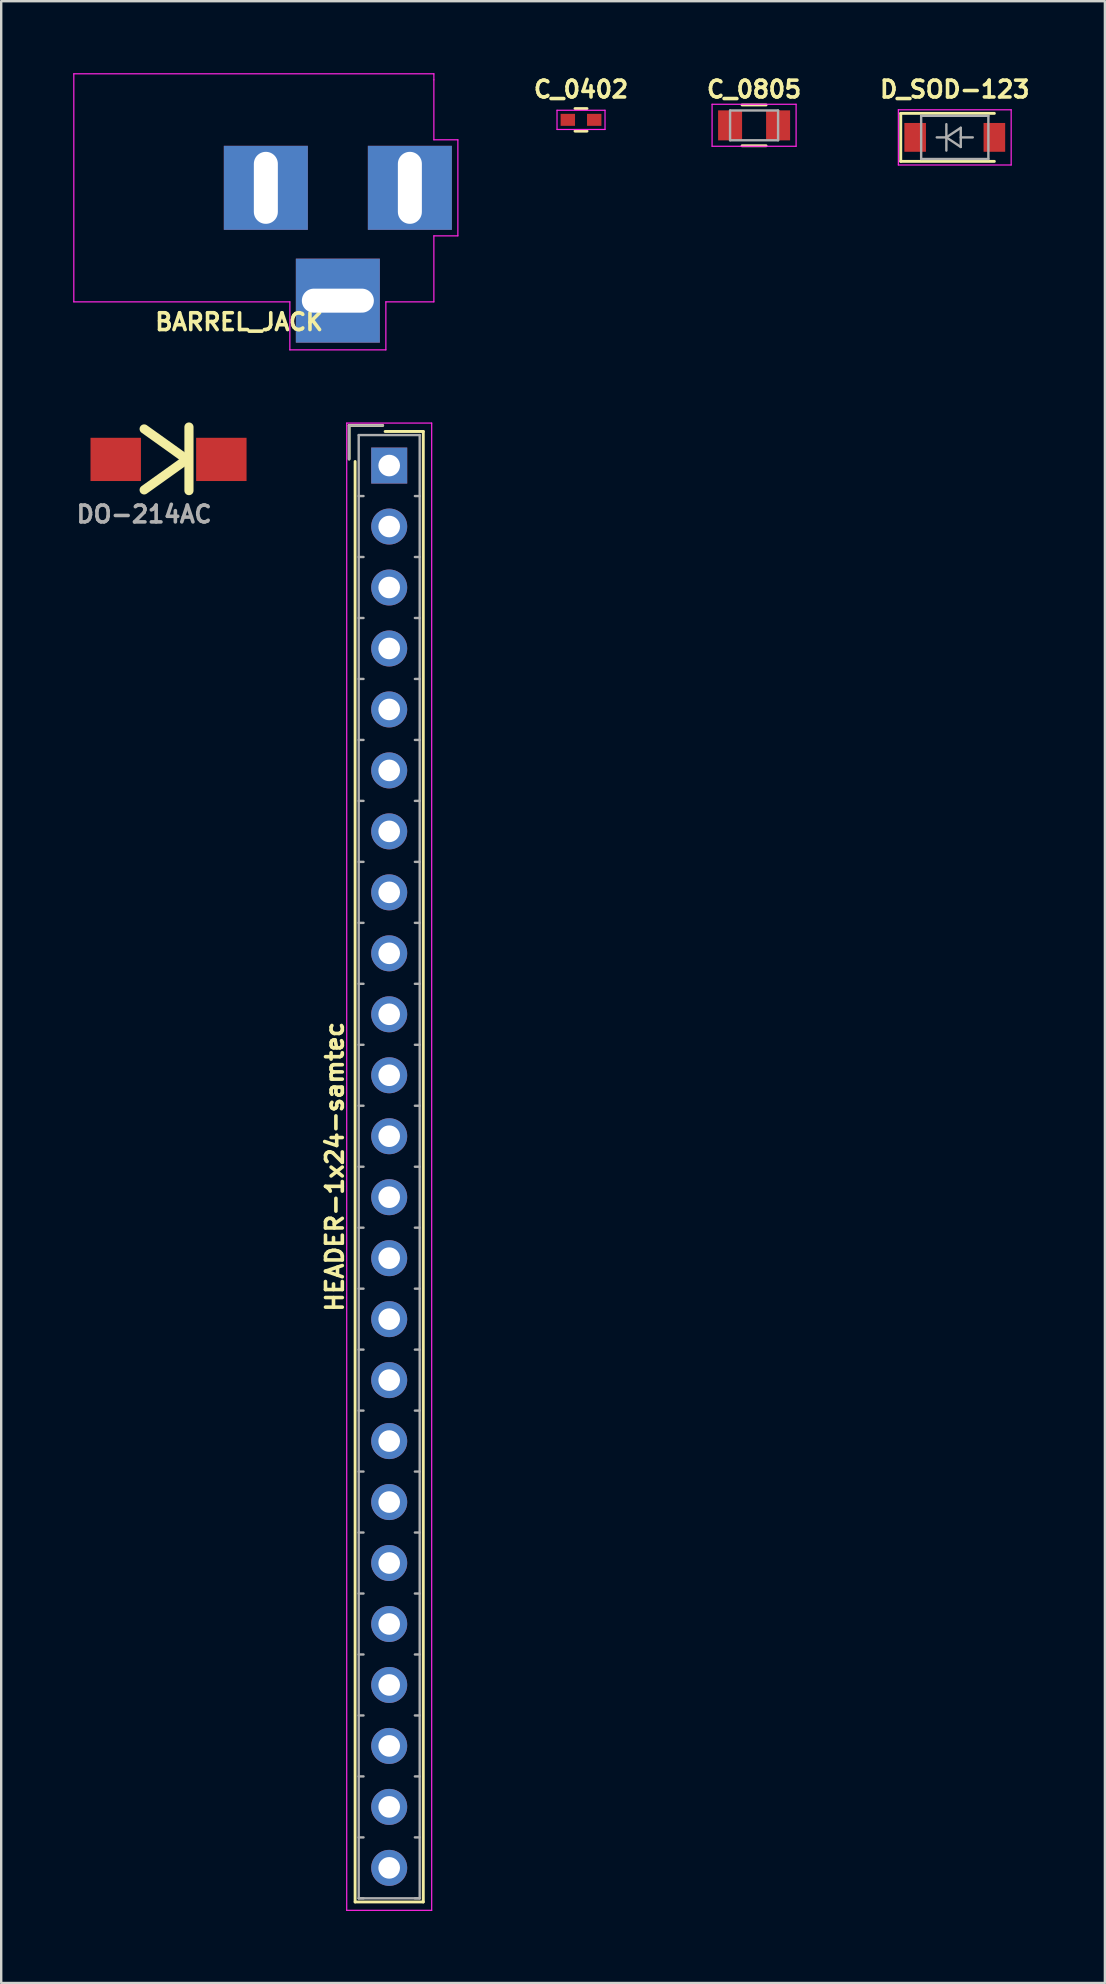
<source format=kicad_pcb>
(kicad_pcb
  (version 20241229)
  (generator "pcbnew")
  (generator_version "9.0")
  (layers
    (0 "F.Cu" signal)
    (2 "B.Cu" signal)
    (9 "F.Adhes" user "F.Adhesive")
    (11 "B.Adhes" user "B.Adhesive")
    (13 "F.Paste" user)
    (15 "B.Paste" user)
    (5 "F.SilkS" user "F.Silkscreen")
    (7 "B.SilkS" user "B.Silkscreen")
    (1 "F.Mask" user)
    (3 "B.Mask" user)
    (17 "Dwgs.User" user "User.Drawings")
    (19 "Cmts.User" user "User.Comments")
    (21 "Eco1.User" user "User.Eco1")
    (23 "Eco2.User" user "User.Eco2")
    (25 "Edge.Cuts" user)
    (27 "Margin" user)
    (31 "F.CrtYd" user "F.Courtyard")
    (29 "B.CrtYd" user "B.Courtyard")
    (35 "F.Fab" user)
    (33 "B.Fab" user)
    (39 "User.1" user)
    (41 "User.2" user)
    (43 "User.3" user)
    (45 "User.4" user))
  (footprint "D_SOD-123"
    (layer "F.Cu")
    (at 36.725 2.673)
    (property "Reference" "D_SOD-123" (at 0 -2 0) (layer "F.SilkS") (effects (font (size 0.7 0.7) (thickness 0.15))))
    (attr smd)
    (fp_line (start -2.25 -1) (end -2.25 1) (stroke (width 0.12) (type solid)) (layer "F.SilkS"))
    (fp_line (start -2.25 -1) (end 1.65 -1) (stroke (width 0.12) (type solid)) (layer "F.SilkS"))
    (fp_line (start -2.25 1) (end 1.65 1) (stroke (width 0.12) (type solid)) (layer "F.SilkS"))
    (fp_line (start -2.35 -1.15) (end -2.35 1.15) (stroke (width 0.05) (type solid)) (layer "F.CrtYd"))
    (fp_line (start -2.35 -1.15) (end 2.35 -1.15) (stroke (width 0.05) (type solid)) (layer "F.CrtYd"))
    (fp_line (start 2.35 -1.15) (end 2.35 1.15) (stroke (width 0.05) (type solid)) (layer "F.CrtYd"))
    (fp_line (start 2.35 1.15) (end -2.35 1.15) (stroke (width 0.05) (type solid)) (layer "F.CrtYd"))
    (fp_line (start -1.4 -0.9) (end 1.4 -0.9) (stroke (width 0.1) (type solid)) (layer "F.Fab"))
    (fp_line (start -1.4 0.9) (end -1.4 -0.9) (stroke (width 0.1) (type solid)) (layer "F.Fab"))
    (fp_line (start -0.75 0) (end -0.35 0) (stroke (width 0.1) (type solid)) (layer "F.Fab"))
    (fp_line (start -0.35 0) (end -0.35 -0.55) (stroke (width 0.1) (type solid)) (layer "F.Fab"))
    (fp_line (start -0.35 0) (end -0.35 0.55) (stroke (width 0.1) (type solid)) (layer "F.Fab"))
    (fp_line (start -0.35 0) (end 0.25 -0.4) (stroke (width 0.1) (type solid)) (layer "F.Fab"))
    (fp_line (start 0.25 -0.4) (end 0.25 0.4) (stroke (width 0.1) (type solid)) (layer "F.Fab"))
    (fp_line (start 0.25 0) (end 0.75 0) (stroke (width 0.1) (type solid)) (layer "F.Fab"))
    (fp_line (start 0.25 0.4) (end -0.35 0) (stroke (width 0.1) (type solid)) (layer "F.Fab"))
    (fp_line (start 1.4 -0.9) (end 1.4 0.9) (stroke (width 0.1) (type solid)) (layer "F.Fab"))
    (fp_line (start 1.4 0.9) (end -1.4 0.9) (stroke (width 0.1) (type solid)) (layer "F.Fab"))
    (pad "1" smd rect (at -1.65 0) (size 0.9 1.2) (layers "F.Cu" "F.Mask" "F.Paste"))
    (pad "2" smd rect (at 1.65 0) (size 0.9 1.2) (layers "F.Cu" "F.Mask" "F.Paste")))
  (footprint "C_0805"
    (layer "F.Cu")
    (at 28.365 2.173)
    (property "Reference" "C_0805" (at 0 -1.5 0) (layer "F.SilkS") (effects (font (size 0.7 0.7) (thickness 0.15))))
    (attr smd)
    (fp_line (start -0.5 0.85) (end 0.5 0.85) (stroke (width 0.12) (type solid)) (layer "F.SilkS"))
    (fp_line (start 0.5 -0.85) (end -0.5 -0.85) (stroke (width 0.12) (type solid)) (layer "F.SilkS"))
    (fp_line (start -1.75 -0.88) (end -1.75 0.87) (stroke (width 0.05) (type solid)) (layer "F.CrtYd"))
    (fp_line (start -1.75 -0.88) (end 1.75 -0.88) (stroke (width 0.05) (type solid)) (layer "F.CrtYd"))
    (fp_line (start 1.75 0.87) (end -1.75 0.87) (stroke (width 0.05) (type solid)) (layer "F.CrtYd"))
    (fp_line (start 1.75 0.87) (end 1.75 -0.88) (stroke (width 0.05) (type solid)) (layer "F.CrtYd"))
    (fp_line (start -1 -0.62) (end 1 -0.62) (stroke (width 0.1) (type solid)) (layer "F.Fab"))
    (fp_line (start -1 0.62) (end -1 -0.62) (stroke (width 0.1) (type solid)) (layer "F.Fab"))
    (fp_line (start 1 -0.62) (end 1 0.62) (stroke (width 0.1) (type solid)) (layer "F.Fab"))
    (fp_line (start 1 0.62) (end -1 0.62) (stroke (width 0.1) (type solid)) (layer "F.Fab"))
    (pad "1" smd rect (at -1 0) (size 1 1.25) (layers "F.Cu" "F.Mask" "F.Paste"))
    (pad "2" smd rect (at 1 0) (size 1 1.25) (layers "F.Cu" "F.Mask" "F.Paste")))
  (footprint "BARREL_JACK"
    (layer "F.Cu")
    (at 8.945 4.775)
    (property "Reference" "BARREL_JACK" (at -2.032 5.588 0) (layer "F.SilkS") (effects (font (size 0.7 0.7) (thickness 0.15))))
    (attr through_hole)
    (fp_line (start -8.92 4.75) (end -8.92 -4.75) (stroke (width 0.05) (type solid)) (layer "F.CrtYd"))
    (fp_line (start 0.08 4.75) (end -8.92 4.75) (stroke (width 0.05) (type solid)) (layer "F.CrtYd"))
    (fp_line (start 0.08 6.75) (end 0.08 4.75) (stroke (width 0.05) (type solid)) (layer "F.CrtYd"))
    (fp_line (start 4.08 4.75) (end 4.08 6.75) (stroke (width 0.05) (type solid)) (layer "F.CrtYd"))
    (fp_line (start 4.08 6.75) (end 0.08 6.75) (stroke (width 0.05) (type solid)) (layer "F.CrtYd"))
    (fp_line (start 6.08 -4.75) (end -8.92 -4.75) (stroke (width 0.05) (type solid)) (layer "F.CrtYd"))
    (fp_line (start 6.08 -4.5) (end 6.08 -4.75) (stroke (width 0.05) (type solid)) (layer "F.CrtYd"))
    (fp_line (start 6.08 -4.5) (end 6.08 -2) (stroke (width 0.05) (type solid)) (layer "F.CrtYd"))
    (fp_line (start 6.08 -2) (end 7.08 -2) (stroke (width 0.05) (type solid)) (layer "F.CrtYd"))
    (fp_line (start 6.08 2) (end 6.08 4.75) (stroke (width 0.05) (type solid)) (layer "F.CrtYd"))
    (fp_line (start 6.08 4.75) (end 4.08 4.75) (stroke (width 0.05) (type solid)) (layer "F.CrtYd"))
    (fp_line (start 7.08 -2) (end 7.08 2) (stroke (width 0.05) (type solid)) (layer "F.CrtYd"))
    (fp_line (start 7.08 2) (end 6.08 2) (stroke (width 0.05) (type solid)) (layer "F.CrtYd"))
    (pad "1" thru_hole rect (at 5.08 0) (size 3.5 3.5) (drill oval 1 3) (layers "*.Cu" "*.Mask"))
    (pad "2" thru_hole rect (at -0.92 0) (size 3.5 3.5) (drill oval 1 3) (layers "*.Cu" "*.Mask"))
    (pad "3" thru_hole rect (at 2.08 4.7) (size 3.5 3.5) (drill oval 3 1) (layers "*.Cu" "*.Mask")))
  (footprint "DO-214AC"
    (layer "F.Cu")
    (at 3.971 16.089)
    (property "Reference" "DO-214AC" (at -1.016 2.286 0) (layer "F.Fab") (effects (font (size 0.7 0.7) (thickness 0.15))))
    (attr through_hole)
    (fp_line (start 0.762 0) (end -1.016 -1.27) (stroke (width 0.381) (type solid)) (layer "F.SilkS"))
    (fp_line (start 0.762 0) (end -1.016 1.27) (stroke (width 0.381) (type solid)) (layer "F.SilkS"))
    (fp_line (start 0.851 -1.349) (end 0.851 1.3) (stroke (width 0.381) (type solid)) (layer "F.SilkS"))
    (pad "1" smd rect (at -2.2 0) (size 2.101 1.801) (layers "F.Cu" "F.Mask" "F.Paste"))
    (pad "2" smd rect (at 2.2 0) (size 2.101 1.801) (layers "F.Cu" "F.Mask" "F.Paste")))
  (footprint "HEADER-1x24-samtec"
    (layer "F.Cu")
    (at 13.164 16.345)
    (property "Reference" "HEADER-1x24-samtec" (at -2.27 29.21 90) (layer "F.SilkS") (effects (font (size 0.7 0.7) (thickness 0.15))))
    (attr through_hole)
    (fp_line (start -1.67 -1.67) (end -1.67 -0.27) (stroke (width 0.12) (type solid)) (layer "F.SilkS"))
    (fp_line (start -1.42 59.84) (end -1.42 -0.17) (stroke (width 0.12) (type solid)) (layer "F.SilkS"))
    (fp_line (start -0.27 -1.67) (end -1.67 -1.67) (stroke (width 0.12) (type solid)) (layer "F.SilkS"))
    (fp_line (start -0.17 -1.42) (end 1.42 -1.42) (stroke (width 0.12) (type solid)) (layer "F.SilkS"))
    (fp_line (start 1.42 -1.42) (end 1.42 59.84) (stroke (width 0.12) (type solid)) (layer "F.SilkS"))
    (fp_line (start 1.42 59.84) (end -1.42 59.84) (stroke (width 0.12) (type solid)) (layer "F.SilkS"))
    (fp_line (start -1.77 -1.77) (end -1.77 60.19) (stroke (width 0.05) (type solid)) (layer "F.CrtYd"))
    (fp_line (start -1.77 60.19) (end 1.77 60.19) (stroke (width 0.05) (type solid)) (layer "F.CrtYd"))
    (fp_line (start 1.77 -1.77) (end -1.77 -1.77) (stroke (width 0.05) (type solid)) (layer "F.CrtYd"))
    (fp_line (start 1.77 60.19) (end 1.77 -1.77) (stroke (width 0.05) (type solid)) (layer "F.CrtYd"))
    (fp_line (start -1.67 -1.67) (end -1.67 -0.27) (stroke (width 0.1) (type solid)) (layer "F.Fab"))
    (fp_line (start -1.27 -1.27) (end -1.27 59.69) (stroke (width 0.1) (type solid)) (layer "F.Fab"))
    (fp_line (start -1.27 1.27) (end -1.07 1.27) (stroke (width 0.1) (type solid)) (layer "F.Fab"))
    (fp_line (start -1.27 3.81) (end -1.07 3.81) (stroke (width 0.1) (type solid)) (layer "F.Fab"))
    (fp_line (start -1.27 6.35) (end -1.07 6.35) (stroke (width 0.1) (type solid)) (layer "F.Fab"))
    (fp_line (start -1.27 8.89) (end -1.07 8.89) (stroke (width 0.1) (type solid)) (layer "F.Fab"))
    (fp_line (start -1.27 11.43) (end -1.07 11.43) (stroke (width 0.1) (type solid)) (layer "F.Fab"))
    (fp_line (start -1.27 13.97) (end -1.07 13.97) (stroke (width 0.1) (type solid)) (layer "F.Fab"))
    (fp_line (start -1.27 16.51) (end -1.07 16.51) (stroke (width 0.1) (type solid)) (layer "F.Fab"))
    (fp_line (start -1.27 19.05) (end -1.07 19.05) (stroke (width 0.1) (type solid)) (layer "F.Fab"))
    (fp_line (start -1.27 21.59) (end -1.07 21.59) (stroke (width 0.1) (type solid)) (layer "F.Fab"))
    (fp_line (start -1.27 24.13) (end -1.07 24.13) (stroke (width 0.1) (type solid)) (layer "F.Fab"))
    (fp_line (start -1.27 26.67) (end -1.07 26.67) (stroke (width 0.1) (type solid)) (layer "F.Fab"))
    (fp_line (start -1.27 29.21) (end -1.07 29.21) (stroke (width 0.1) (type solid)) (layer "F.Fab"))
    (fp_line (start -1.27 31.75) (end -1.07 31.75) (stroke (width 0.1) (type solid)) (layer "F.Fab"))
    (fp_line (start -1.27 34.29) (end -1.07 34.29) (stroke (width 0.1) (type solid)) (layer "F.Fab"))
    (fp_line (start -1.27 36.83) (end -1.07 36.83) (stroke (width 0.1) (type solid)) (layer "F.Fab"))
    (fp_line (start -1.27 39.37) (end -1.07 39.37) (stroke (width 0.1) (type solid)) (layer "F.Fab"))
    (fp_line (start -1.27 41.91) (end -1.07 41.91) (stroke (width 0.1) (type solid)) (layer "F.Fab"))
    (fp_line (start -1.27 44.45) (end -1.07 44.45) (stroke (width 0.1) (type solid)) (layer "F.Fab"))
    (fp_line (start -1.27 46.99) (end -1.07 46.99) (stroke (width 0.1) (type solid)) (layer "F.Fab"))
    (fp_line (start -1.27 49.53) (end -1.07 49.53) (stroke (width 0.1) (type solid)) (layer "F.Fab"))
    (fp_line (start -1.27 52.07) (end -1.07 52.07) (stroke (width 0.1) (type solid)) (layer "F.Fab"))
    (fp_line (start -1.27 54.61) (end -1.07 54.61) (stroke (width 0.1) (type solid)) (layer "F.Fab"))
    (fp_line (start -1.27 57.15) (end -1.07 57.15) (stroke (width 0.1) (type solid)) (layer "F.Fab"))
    (fp_line (start -1.27 59.69) (end -1.07 59.69) (stroke (width 0.1) (type solid)) (layer "F.Fab"))
    (fp_line (start -1.27 59.69) (end 1.27 59.69) (stroke (width 0.1) (type solid)) (layer "F.Fab"))
    (fp_line (start -0.27 -1.67) (end -1.67 -1.67) (stroke (width 0.1) (type solid)) (layer "F.Fab"))
    (fp_line (start 1.27 -1.27) (end -1.27 -1.27) (stroke (width 0.1) (type solid)) (layer "F.Fab"))
    (fp_line (start 1.27 1.27) (end 1.07 1.27) (stroke (width 0.1) (type solid)) (layer "F.Fab"))
    (fp_line (start 1.27 3.81) (end 1.07 3.81) (stroke (width 0.1) (type solid)) (layer "F.Fab"))
    (fp_line (start 1.27 6.35) (end 1.07 6.35) (stroke (width 0.1) (type solid)) (layer "F.Fab"))
    (fp_line (start 1.27 8.89) (end 1.07 8.89) (stroke (width 0.1) (type solid)) (layer "F.Fab"))
    (fp_line (start 1.27 11.43) (end 1.07 11.43) (stroke (width 0.1) (type solid)) (layer "F.Fab"))
    (fp_line (start 1.27 13.97) (end 1.07 13.97) (stroke (width 0.1) (type solid)) (layer "F.Fab"))
    (fp_line (start 1.27 16.51) (end 1.07 16.51) (stroke (width 0.1) (type solid)) (layer "F.Fab"))
    (fp_line (start 1.27 19.05) (end 1.07 19.05) (stroke (width 0.1) (type solid)) (layer "F.Fab"))
    (fp_line (start 1.27 21.59) (end 1.07 21.59) (stroke (width 0.1) (type solid)) (layer "F.Fab"))
    (fp_line (start 1.27 24.13) (end 1.07 24.13) (stroke (width 0.1) (type solid)) (layer "F.Fab"))
    (fp_line (start 1.27 26.67) (end 1.07 26.67) (stroke (width 0.1) (type solid)) (layer "F.Fab"))
    (fp_line (start 1.27 29.21) (end 1.07 29.21) (stroke (width 0.1) (type solid)) (layer "F.Fab"))
    (fp_line (start 1.27 31.75) (end 1.07 31.75) (stroke (width 0.1) (type solid)) (layer "F.Fab"))
    (fp_line (start 1.27 34.29) (end 1.07 34.29) (stroke (width 0.1) (type solid)) (layer "F.Fab"))
    (fp_line (start 1.27 36.83) (end 1.07 36.83) (stroke (width 0.1) (type solid)) (layer "F.Fab"))
    (fp_line (start 1.27 39.37) (end 1.07 39.37) (stroke (width 0.1) (type solid)) (layer "F.Fab"))
    (fp_line (start 1.27 41.91) (end 1.07 41.91) (stroke (width 0.1) (type solid)) (layer "F.Fab"))
    (fp_line (start 1.27 44.45) (end 1.07 44.45) (stroke (width 0.1) (type solid)) (layer "F.Fab"))
    (fp_line (start 1.27 46.99) (end 1.07 46.99) (stroke (width 0.1) (type solid)) (layer "F.Fab"))
    (fp_line (start 1.27 49.53) (end 1.07 49.53) (stroke (width 0.1) (type solid)) (layer "F.Fab"))
    (fp_line (start 1.27 52.07) (end 1.07 52.07) (stroke (width 0.1) (type solid)) (layer "F.Fab"))
    (fp_line (start 1.27 54.61) (end 1.07 54.61) (stroke (width 0.1) (type solid)) (layer "F.Fab"))
    (fp_line (start 1.27 57.15) (end 1.07 57.15) (stroke (width 0.1) (type solid)) (layer "F.Fab"))
    (fp_line (start 1.27 59.69) (end 1.07 59.69) (stroke (width 0.1) (type solid)) (layer "F.Fab"))
    (fp_line (start 1.27 59.69) (end 1.27 -1.27) (stroke (width 0.1) (type solid)) (layer "F.Fab"))
    (pad "1" thru_hole rect (at 0 0) (size 1.5 1.5) (drill 0.9) (layers "*.Cu" "*.Mask"))
    (pad "2" thru_hole circle (at 0 2.54) (size 1.5 1.5) (drill 0.9) (layers "*.Cu" "*.Mask"))
    (pad "3" thru_hole circle (at 0 5.08) (size 1.5 1.5) (drill 0.9) (layers "*.Cu" "*.Mask"))
    (pad "4" thru_hole circle (at 0 7.62) (size 1.5 1.5) (drill 0.9) (layers "*.Cu" "*.Mask"))
    (pad "5" thru_hole circle (at 0 10.16) (size 1.5 1.5) (drill 0.9) (layers "*.Cu" "*.Mask"))
    (pad "6" thru_hole circle (at 0 12.7) (size 1.5 1.5) (drill 0.9) (layers "*.Cu" "*.Mask"))
    (pad "7" thru_hole circle (at 0 15.24) (size 1.5 1.5) (drill 0.9) (layers "*.Cu" "*.Mask"))
    (pad "8" thru_hole circle (at 0 17.78) (size 1.5 1.5) (drill 0.9) (layers "*.Cu" "*.Mask"))
    (pad "9" thru_hole circle (at 0 20.32) (size 1.5 1.5) (drill 0.9) (layers "*.Cu" "*.Mask"))
    (pad "10" thru_hole circle (at 0 22.86) (size 1.5 1.5) (drill 0.9) (layers "*.Cu" "*.Mask"))
    (pad "11" thru_hole circle (at 0 25.4) (size 1.5 1.5) (drill 0.9) (layers "*.Cu" "*.Mask"))
    (pad "12" thru_hole circle (at 0 27.94) (size 1.5 1.5) (drill 0.9) (layers "*.Cu" "*.Mask"))
    (pad "13" thru_hole circle (at 0 30.48) (size 1.5 1.5) (drill 0.9) (layers "*.Cu" "*.Mask"))
    (pad "14" thru_hole circle (at 0 33.02) (size 1.5 1.5) (drill 0.9) (layers "*.Cu" "*.Mask"))
    (pad "15" thru_hole circle (at 0 35.56) (size 1.5 1.5) (drill 0.9) (layers "*.Cu" "*.Mask"))
    (pad "16" thru_hole circle (at 0 38.1) (size 1.5 1.5) (drill 0.9) (layers "*.Cu" "*.Mask"))
    (pad "17" thru_hole circle (at 0 40.64) (size 1.5 1.5) (drill 0.9) (layers "*.Cu" "*.Mask"))
    (pad "18" thru_hole circle (at 0 43.18) (size 1.5 1.5) (drill 0.9) (layers "*.Cu" "*.Mask"))
    (pad "19" thru_hole circle (at 0 45.72) (size 1.5 1.5) (drill 0.9) (layers "*.Cu" "*.Mask"))
    (pad "20" thru_hole circle (at 0 48.26) (size 1.5 1.5) (drill 0.9) (layers "*.Cu" "*.Mask"))
    (pad "21" thru_hole circle (at 0 50.8) (size 1.5 1.5) (drill 0.9) (layers "*.Cu" "*.Mask"))
    (pad "22" thru_hole circle (at 0 53.34) (size 1.5 1.5) (drill 0.9) (layers "*.Cu" "*.Mask"))
    (pad "23" thru_hole circle (at 0 55.88) (size 1.5 1.5) (drill 0.9) (layers "*.Cu" "*.Mask"))
    (pad "24" thru_hole circle (at 0 58.42) (size 1.5 1.5) (drill 0.9) (layers "*.Cu" "*.Mask")))
  (footprint "C_0402"
    (layer "F.Cu")
    (at 21.155 1.943)
    (property "Reference" "C_0402" (at 0 -1.27 0) (layer "F.SilkS") (effects (font (size 0.7 0.7) (thickness 0.15))))
    (attr smd)
    (fp_line (start -0.25 0.47) (end 0.25 0.47) (stroke (width 0.12) (type solid)) (layer "F.SilkS"))
    (fp_line (start 0.25 -0.47) (end -0.25 -0.47) (stroke (width 0.12) (type solid)) (layer "F.SilkS"))
    (fp_line (start -1 -0.4) (end -1 0.4) (stroke (width 0.05) (type solid)) (layer "F.CrtYd"))
    (fp_line (start -1 -0.4) (end 1 -0.4) (stroke (width 0.05) (type solid)) (layer "F.CrtYd"))
    (fp_line (start 1 0.4) (end -1 0.4) (stroke (width 0.05) (type solid)) (layer "F.CrtYd"))
    (fp_line (start 1 0.4) (end 1 -0.4) (stroke (width 0.05) (type solid)) (layer "F.CrtYd"))
    (pad "1" smd rect (at -0.55 0) (size 0.6 0.5) (layers "F.Cu" "F.Mask" "F.Paste"))
    (pad "2" smd rect (at 0.55 0) (size 0.6 0.5) (layers "F.Cu" "F.Mask" "F.Paste")))
  (gr_rect
    (start -3 -3)
    (end 42.98 79.56)
    (stroke (width 0.1) (type default))
    (fill no)
    (layer "Edge.Cuts")))
</source>
